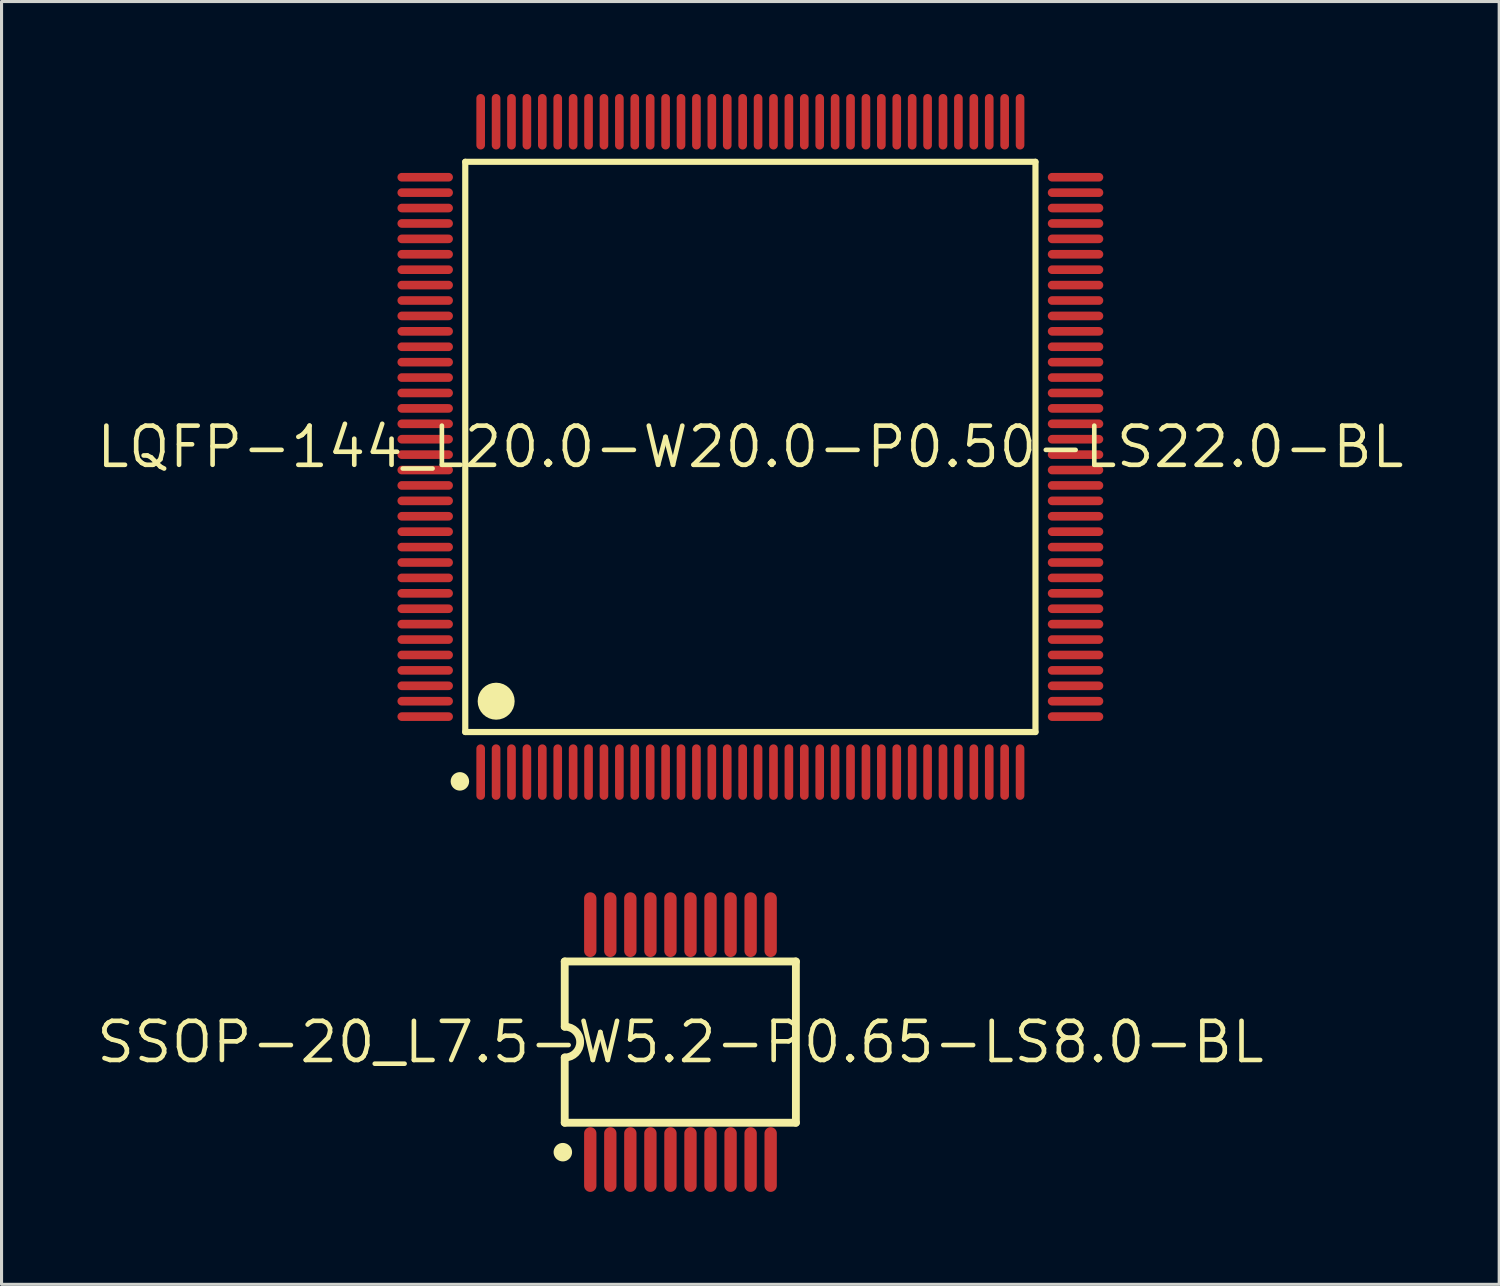
<source format=kicad_pcb>
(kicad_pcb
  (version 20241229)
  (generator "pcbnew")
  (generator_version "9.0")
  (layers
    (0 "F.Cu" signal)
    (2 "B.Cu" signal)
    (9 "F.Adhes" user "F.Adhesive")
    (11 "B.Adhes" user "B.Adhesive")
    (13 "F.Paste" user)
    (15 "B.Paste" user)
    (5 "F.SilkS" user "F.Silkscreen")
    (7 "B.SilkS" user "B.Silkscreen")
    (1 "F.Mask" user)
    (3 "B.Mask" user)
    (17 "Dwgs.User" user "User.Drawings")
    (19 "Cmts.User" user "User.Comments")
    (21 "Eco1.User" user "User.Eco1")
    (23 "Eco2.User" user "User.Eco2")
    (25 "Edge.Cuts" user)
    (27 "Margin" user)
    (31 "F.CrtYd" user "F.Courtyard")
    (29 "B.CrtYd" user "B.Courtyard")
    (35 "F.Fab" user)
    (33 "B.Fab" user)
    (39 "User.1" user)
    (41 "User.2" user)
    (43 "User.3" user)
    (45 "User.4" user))
  (footprint "SSOP-20_L7.5-W5.2-P0.65-LS8.0-BL"
    (layer "F.Cu")
    (at 19.027 30.76)
    (property "Reference" "SSOP-20_L7.5-W5.2-P0.65-LS8.0-BL" (at 0 0 0) (layer "F.SilkS") (effects (font (size 1.27 1.27) (thickness 0.15))))
    (attr smd)
    (fp_line (start -3.755 -2.616) (end 3.745 -2.616) (stroke (width 0.254) (type solid)) (layer "F.SilkS"))
    (fp_line (start -3.755 -0.5) (end -3.755 -2.616) (stroke (width 0.254) (type solid)) (layer "F.SilkS"))
    (fp_line (start -3.755 2.616) (end -3.755 0.5) (stroke (width 0.254) (type solid)) (layer "F.SilkS"))
    (fp_line (start 3.745 -2.616) (end 3.745 2.616) (stroke (width 0.254) (type solid)) (layer "F.SilkS"))
    (fp_line (start 3.745 2.616) (end -3.755 2.616) (stroke (width 0.254) (type solid)) (layer "F.SilkS"))
    (fp_arc (start -3.927 3.673) (mid -3.709961 3.465804) (end -3.916836 3.683149) (stroke (width 0.3) (type solid)) (layer "F.SilkS"))
    (fp_arc (start -3.754 -0.5) (mid -3.254 0) (end -3.754 0.5) (stroke (width 0.254) (type solid)) (layer "F.SilkS"))
    (pad "1" smd oval (at -2.926 3.81 180) (size 0.4 2.1) (layers "F.Cu" "F.Mask" "F.Paste"))
    (pad "2" smd oval (at -2.276 3.81 180) (size 0.4 2.1) (layers "F.Cu" "F.Mask" "F.Paste"))
    (pad "3" smd oval (at -1.626 3.81 180) (size 0.4 2.1) (layers "F.Cu" "F.Mask" "F.Paste"))
    (pad "4" smd oval (at -0.975 3.81 180) (size 0.4 2.1) (layers "F.Cu" "F.Mask" "F.Paste"))
    (pad "5" smd oval (at -0.325 3.81 180) (size 0.4 2.1) (layers "F.Cu" "F.Mask" "F.Paste"))
    (pad "6" smd oval (at 0.325 3.81 180) (size 0.4 2.1) (layers "F.Cu" "F.Mask" "F.Paste"))
    (pad "7" smd oval (at 0.975 3.81 180) (size 0.4 2.1) (layers "F.Cu" "F.Mask" "F.Paste"))
    (pad "8" smd oval (at 1.626 3.81 180) (size 0.4 2.1) (layers "F.Cu" "F.Mask" "F.Paste"))
    (pad "9" smd oval (at 2.276 3.81 180) (size 0.4 2.1) (layers "F.Cu" "F.Mask" "F.Paste"))
    (pad "10" smd oval (at 2.926 3.81 180) (size 0.4 2.1) (layers "F.Cu" "F.Mask" "F.Paste"))
    (pad "11" smd oval (at 2.926 -3.81 180) (size 0.4 2.1) (layers "F.Cu" "F.Mask" "F.Paste"))
    (pad "12" smd oval (at 2.276 -3.81 180) (size 0.4 2.1) (layers "F.Cu" "F.Mask" "F.Paste"))
    (pad "13" smd oval (at 1.626 -3.81 180) (size 0.4 2.1) (layers "F.Cu" "F.Mask" "F.Paste"))
    (pad "14" smd oval (at 0.975 -3.81 180) (size 0.4 2.1) (layers "F.Cu" "F.Mask" "F.Paste"))
    (pad "15" smd oval (at 0.325 -3.81 180) (size 0.4 2.1) (layers "F.Cu" "F.Mask" "F.Paste"))
    (pad "16" smd oval (at -0.325 -3.81 180) (size 0.4 2.1) (layers "F.Cu" "F.Mask" "F.Paste"))
    (pad "17" smd oval (at -0.975 -3.81 180) (size 0.4 2.1) (layers "F.Cu" "F.Mask" "F.Paste"))
    (pad "18" smd oval (at -1.626 -3.81 180) (size 0.4 2.1) (layers "F.Cu" "F.Mask" "F.Paste"))
    (pad "19" smd oval (at -2.276 -3.81 180) (size 0.4 2.1) (layers "F.Cu" "F.Mask" "F.Paste"))
    (pad "20" smd oval (at -2.926 -3.81 180) (size 0.4 2.1) (layers "F.Cu" "F.Mask" "F.Paste")))
  (footprint "LQFP-144_L20.0-W20.0-P0.50-LS22.0-BL"
    (layer "F.Cu")
    (at 21.295 11.45)
    (property "Reference" "LQFP-144_L20.0-W20.0-P0.50-LS22.0-BL" (at 0 0 0) (layer "F.SilkS") (effects (font (size 1.27 1.27) (thickness 0.15))))
    (attr smd)
    (fp_line (start -9.25 -9.25) (end 9.25 -9.25) (stroke (width 0.2) (type solid)) (layer "F.SilkS"))
    (fp_line (start -9.25 9.25) (end -9.25 -9.25) (stroke (width 0.2) (type solid)) (layer "F.SilkS"))
    (fp_line (start 9.25 -9.25) (end 9.25 9.25) (stroke (width 0.2) (type solid)) (layer "F.SilkS"))
    (fp_line (start 9.25 9.25) (end -9.25 9.25) (stroke (width 0.2) (type solid)) (layer "F.SilkS"))
    (fp_arc (start -9.423 10.701) (mid -9.42573 11.001012) (end -9.42554 10.700988) (stroke (width 0.3) (type solid)) (layer "F.SilkS"))
    (fp_arc (start -8.245 7.95) (mid -8.24646 8.550006) (end -8.250079 7.950009) (stroke (width 0.6) (type solid)) (layer "F.SilkS"))
    (pad "1" smd oval (at -8.75 10.55 180) (size 0.28 1.8) (layers "F.Cu" "F.Mask" "F.Paste"))
    (pad "2" smd oval (at -8.25 10.55 180) (size 0.28 1.8) (layers "F.Cu" "F.Mask" "F.Paste"))
    (pad "3" smd oval (at -7.75 10.55 180) (size 0.28 1.8) (layers "F.Cu" "F.Mask" "F.Paste"))
    (pad "4" smd oval (at -7.25 10.55 180) (size 0.28 1.8) (layers "F.Cu" "F.Mask" "F.Paste"))
    (pad "5" smd oval (at -6.75 10.55 180) (size 0.28 1.8) (layers "F.Cu" "F.Mask" "F.Paste"))
    (pad "6" smd oval (at -6.25 10.55 180) (size 0.28 1.8) (layers "F.Cu" "F.Mask" "F.Paste"))
    (pad "7" smd oval (at -5.75 10.55 180) (size 0.28 1.8) (layers "F.Cu" "F.Mask" "F.Paste"))
    (pad "8" smd oval (at -5.25 10.55 180) (size 0.28 1.8) (layers "F.Cu" "F.Mask" "F.Paste"))
    (pad "9" smd oval (at -4.75 10.55 180) (size 0.28 1.8) (layers "F.Cu" "F.Mask" "F.Paste"))
    (pad "10" smd oval (at -4.25 10.55 180) (size 0.28 1.8) (layers "F.Cu" "F.Mask" "F.Paste"))
    (pad "11" smd oval (at -3.75 10.55 180) (size 0.28 1.8) (layers "F.Cu" "F.Mask" "F.Paste"))
    (pad "12" smd oval (at -3.25 10.55 180) (size 0.28 1.8) (layers "F.Cu" "F.Mask" "F.Paste"))
    (pad "13" smd oval (at -2.75 10.55 180) (size 0.28 1.8) (layers "F.Cu" "F.Mask" "F.Paste"))
    (pad "14" smd oval (at -2.25 10.55 180) (size 0.28 1.8) (layers "F.Cu" "F.Mask" "F.Paste"))
    (pad "15" smd oval (at -1.75 10.55 180) (size 0.28 1.8) (layers "F.Cu" "F.Mask" "F.Paste"))
    (pad "16" smd oval (at -1.25 10.55 180) (size 0.28 1.8) (layers "F.Cu" "F.Mask" "F.Paste"))
    (pad "17" smd oval (at -0.75 10.55 180) (size 0.28 1.8) (layers "F.Cu" "F.Mask" "F.Paste"))
    (pad "18" smd oval (at -0.25 10.55 180) (size 0.28 1.8) (layers "F.Cu" "F.Mask" "F.Paste"))
    (pad "19" smd oval (at 0.25 10.55 180) (size 0.28 1.8) (layers "F.Cu" "F.Mask" "F.Paste"))
    (pad "20" smd oval (at 0.75 10.55 180) (size 0.28 1.8) (layers "F.Cu" "F.Mask" "F.Paste"))
    (pad "21" smd oval (at 1.25 10.55 180) (size 0.28 1.8) (layers "F.Cu" "F.Mask" "F.Paste"))
    (pad "22" smd oval (at 1.75 10.55 180) (size 0.28 1.8) (layers "F.Cu" "F.Mask" "F.Paste"))
    (pad "23" smd oval (at 2.25 10.55 180) (size 0.28 1.8) (layers "F.Cu" "F.Mask" "F.Paste"))
    (pad "24" smd oval (at 2.75 10.55 180) (size 0.28 1.8) (layers "F.Cu" "F.Mask" "F.Paste"))
    (pad "25" smd oval (at 3.25 10.55 180) (size 0.28 1.8) (layers "F.Cu" "F.Mask" "F.Paste"))
    (pad "26" smd oval (at 3.75 10.55 180) (size 0.28 1.8) (layers "F.Cu" "F.Mask" "F.Paste"))
    (pad "27" smd oval (at 4.25 10.55 180) (size 0.28 1.8) (layers "F.Cu" "F.Mask" "F.Paste"))
    (pad "28" smd oval (at 4.75 10.55 180) (size 0.28 1.8) (layers "F.Cu" "F.Mask" "F.Paste"))
    (pad "29" smd oval (at 5.25 10.55 180) (size 0.28 1.8) (layers "F.Cu" "F.Mask" "F.Paste"))
    (pad "30" smd oval (at 5.75 10.55 180) (size 0.28 1.8) (layers "F.Cu" "F.Mask" "F.Paste"))
    (pad "31" smd oval (at 6.25 10.55 180) (size 0.28 1.8) (layers "F.Cu" "F.Mask" "F.Paste"))
    (pad "32" smd oval (at 6.75 10.55 180) (size 0.28 1.8) (layers "F.Cu" "F.Mask" "F.Paste"))
    (pad "33" smd oval (at 7.25 10.55 180) (size 0.28 1.8) (layers "F.Cu" "F.Mask" "F.Paste"))
    (pad "34" smd oval (at 7.75 10.55 180) (size 0.28 1.8) (layers "F.Cu" "F.Mask" "F.Paste"))
    (pad "35" smd oval (at 8.25 10.55 180) (size 0.28 1.8) (layers "F.Cu" "F.Mask" "F.Paste"))
    (pad "36" smd oval (at 8.75 10.55 180) (size 0.28 1.8) (layers "F.Cu" "F.Mask" "F.Paste"))
    (pad "37" smd oval (at 10.55 8.75 90) (size 0.28 1.8) (layers "F.Cu" "F.Mask" "F.Paste"))
    (pad "38" smd oval (at 10.55 8.25 90) (size 0.28 1.8) (layers "F.Cu" "F.Mask" "F.Paste"))
    (pad "39" smd oval (at 10.55 7.75 90) (size 0.28 1.8) (layers "F.Cu" "F.Mask" "F.Paste"))
    (pad "40" smd oval (at 10.55 7.25 90) (size 0.28 1.8) (layers "F.Cu" "F.Mask" "F.Paste"))
    (pad "41" smd oval (at 10.55 6.75 90) (size 0.28 1.8) (layers "F.Cu" "F.Mask" "F.Paste"))
    (pad "42" smd oval (at 10.55 6.25 90) (size 0.28 1.8) (layers "F.Cu" "F.Mask" "F.Paste"))
    (pad "43" smd oval (at 10.55 5.75 90) (size 0.28 1.8) (layers "F.Cu" "F.Mask" "F.Paste"))
    (pad "44" smd oval (at 10.55 5.25 90) (size 0.28 1.8) (layers "F.Cu" "F.Mask" "F.Paste"))
    (pad "45" smd oval (at 10.55 4.75 90) (size 0.28 1.8) (layers "F.Cu" "F.Mask" "F.Paste"))
    (pad "46" smd oval (at 10.55 4.25 90) (size 0.28 1.8) (layers "F.Cu" "F.Mask" "F.Paste"))
    (pad "47" smd oval (at 10.55 3.75 90) (size 0.28 1.8) (layers "F.Cu" "F.Mask" "F.Paste"))
    (pad "48" smd oval (at 10.55 3.25 90) (size 0.28 1.8) (layers "F.Cu" "F.Mask" "F.Paste"))
    (pad "49" smd oval (at 10.55 2.75 90) (size 0.28 1.8) (layers "F.Cu" "F.Mask" "F.Paste"))
    (pad "50" smd oval (at 10.55 2.25 90) (size 0.28 1.8) (layers "F.Cu" "F.Mask" "F.Paste"))
    (pad "51" smd oval (at 10.55 1.75 90) (size 0.28 1.8) (layers "F.Cu" "F.Mask" "F.Paste"))
    (pad "52" smd oval (at 10.55 1.25 90) (size 0.28 1.8) (layers "F.Cu" "F.Mask" "F.Paste"))
    (pad "53" smd oval (at 10.55 0.75 90) (size 0.28 1.8) (layers "F.Cu" "F.Mask" "F.Paste"))
    (pad "54" smd oval (at 10.55 0.25 90) (size 0.28 1.8) (layers "F.Cu" "F.Mask" "F.Paste"))
    (pad "55" smd oval (at 10.55 -0.25 90) (size 0.28 1.8) (layers "F.Cu" "F.Mask" "F.Paste"))
    (pad "56" smd oval (at 10.55 -0.75 90) (size 0.28 1.8) (layers "F.Cu" "F.Mask" "F.Paste"))
    (pad "57" smd oval (at 10.55 -1.25 90) (size 0.28 1.8) (layers "F.Cu" "F.Mask" "F.Paste"))
    (pad "58" smd oval (at 10.55 -1.75 90) (size 0.28 1.8) (layers "F.Cu" "F.Mask" "F.Paste"))
    (pad "59" smd oval (at 10.55 -2.25 90) (size 0.28 1.8) (layers "F.Cu" "F.Mask" "F.Paste"))
    (pad "60" smd oval (at 10.55 -2.75 90) (size 0.28 1.8) (layers "F.Cu" "F.Mask" "F.Paste"))
    (pad "61" smd oval (at 10.55 -3.25 90) (size 0.28 1.8) (layers "F.Cu" "F.Mask" "F.Paste"))
    (pad "62" smd oval (at 10.55 -3.75 90) (size 0.28 1.8) (layers "F.Cu" "F.Mask" "F.Paste"))
    (pad "63" smd oval (at 10.55 -4.25 90) (size 0.28 1.8) (layers "F.Cu" "F.Mask" "F.Paste"))
    (pad "64" smd oval (at 10.55 -4.75 90) (size 0.28 1.8) (layers "F.Cu" "F.Mask" "F.Paste"))
    (pad "65" smd oval (at 10.55 -5.25 90) (size 0.28 1.8) (layers "F.Cu" "F.Mask" "F.Paste"))
    (pad "66" smd oval (at 10.55 -5.75 90) (size 0.28 1.8) (layers "F.Cu" "F.Mask" "F.Paste"))
    (pad "67" smd oval (at 10.55 -6.25 90) (size 0.28 1.8) (layers "F.Cu" "F.Mask" "F.Paste"))
    (pad "68" smd oval (at 10.55 -6.75 90) (size 0.28 1.8) (layers "F.Cu" "F.Mask" "F.Paste"))
    (pad "69" smd oval (at 10.55 -7.25 90) (size 0.28 1.8) (layers "F.Cu" "F.Mask" "F.Paste"))
    (pad "70" smd oval (at 10.55 -7.75 90) (size 0.28 1.8) (layers "F.Cu" "F.Mask" "F.Paste"))
    (pad "71" smd oval (at 10.55 -8.25 90) (size 0.28 1.8) (layers "F.Cu" "F.Mask" "F.Paste"))
    (pad "72" smd oval (at 10.55 -8.75 90) (size 0.28 1.8) (layers "F.Cu" "F.Mask" "F.Paste"))
    (pad "73" smd oval (at 8.75 -10.55 180) (size 0.28 1.8) (layers "F.Cu" "F.Mask" "F.Paste"))
    (pad "74" smd oval (at 8.25 -10.55 180) (size 0.28 1.8) (layers "F.Cu" "F.Mask" "F.Paste"))
    (pad "75" smd oval (at 7.75 -10.55 180) (size 0.28 1.8) (layers "F.Cu" "F.Mask" "F.Paste"))
    (pad "76" smd oval (at 7.25 -10.55 180) (size 0.28 1.8) (layers "F.Cu" "F.Mask" "F.Paste"))
    (pad "77" smd oval (at 6.75 -10.55 180) (size 0.28 1.8) (layers "F.Cu" "F.Mask" "F.Paste"))
    (pad "78" smd oval (at 6.25 -10.55 180) (size 0.28 1.8) (layers "F.Cu" "F.Mask" "F.Paste"))
    (pad "79" smd oval (at 5.75 -10.55 180) (size 0.28 1.8) (layers "F.Cu" "F.Mask" "F.Paste"))
    (pad "80" smd oval (at 5.25 -10.55 180) (size 0.28 1.8) (layers "F.Cu" "F.Mask" "F.Paste"))
    (pad "81" smd oval (at 4.75 -10.55 180) (size 0.28 1.8) (layers "F.Cu" "F.Mask" "F.Paste"))
    (pad "82" smd oval (at 4.25 -10.55 180) (size 0.28 1.8) (layers "F.Cu" "F.Mask" "F.Paste"))
    (pad "83" smd oval (at 3.75 -10.55 180) (size 0.28 1.8) (layers "F.Cu" "F.Mask" "F.Paste"))
    (pad "84" smd oval (at 3.25 -10.55 180) (size 0.28 1.8) (layers "F.Cu" "F.Mask" "F.Paste"))
    (pad "85" smd oval (at 2.75 -10.55 180) (size 0.28 1.8) (layers "F.Cu" "F.Mask" "F.Paste"))
    (pad "86" smd oval (at 2.25 -10.55 180) (size 0.28 1.8) (layers "F.Cu" "F.Mask" "F.Paste"))
    (pad "87" smd oval (at 1.75 -10.55 180) (size 0.28 1.8) (layers "F.Cu" "F.Mask" "F.Paste"))
    (pad "88" smd oval (at 1.25 -10.55 180) (size 0.28 1.8) (layers "F.Cu" "F.Mask" "F.Paste"))
    (pad "89" smd oval (at 0.75 -10.55 180) (size 0.28 1.8) (layers "F.Cu" "F.Mask" "F.Paste"))
    (pad "90" smd oval (at 0.25 -10.55 180) (size 0.28 1.8) (layers "F.Cu" "F.Mask" "F.Paste"))
    (pad "91" smd oval (at -0.25 -10.55 180) (size 0.28 1.8) (layers "F.Cu" "F.Mask" "F.Paste"))
    (pad "92" smd oval (at -0.75 -10.55 180) (size 0.28 1.8) (layers "F.Cu" "F.Mask" "F.Paste"))
    (pad "93" smd oval (at -1.25 -10.55 180) (size 0.28 1.8) (layers "F.Cu" "F.Mask" "F.Paste"))
    (pad "94" smd oval (at -1.75 -10.55 180) (size 0.28 1.8) (layers "F.Cu" "F.Mask" "F.Paste"))
    (pad "95" smd oval (at -2.25 -10.55 180) (size 0.28 1.8) (layers "F.Cu" "F.Mask" "F.Paste"))
    (pad "96" smd oval (at -2.75 -10.55 180) (size 0.28 1.8) (layers "F.Cu" "F.Mask" "F.Paste"))
    (pad "97" smd oval (at -3.25 -10.55 180) (size 0.28 1.8) (layers "F.Cu" "F.Mask" "F.Paste"))
    (pad "98" smd oval (at -3.75 -10.55 180) (size 0.28 1.8) (layers "F.Cu" "F.Mask" "F.Paste"))
    (pad "99" smd oval (at -4.25 -10.55 180) (size 0.28 1.8) (layers "F.Cu" "F.Mask" "F.Paste"))
    (pad "100" smd oval (at -4.75 -10.55 180) (size 0.28 1.8) (layers "F.Cu" "F.Mask" "F.Paste"))
    (pad "101" smd oval (at -5.25 -10.55 180) (size 0.28 1.8) (layers "F.Cu" "F.Mask" "F.Paste"))
    (pad "102" smd oval (at -5.75 -10.55 180) (size 0.28 1.8) (layers "F.Cu" "F.Mask" "F.Paste"))
    (pad "103" smd oval (at -6.25 -10.55 180) (size 0.28 1.8) (layers "F.Cu" "F.Mask" "F.Paste"))
    (pad "104" smd oval (at -6.75 -10.55 180) (size 0.28 1.8) (layers "F.Cu" "F.Mask" "F.Paste"))
    (pad "105" smd oval (at -7.25 -10.55 180) (size 0.28 1.8) (layers "F.Cu" "F.Mask" "F.Paste"))
    (pad "106" smd oval (at -7.75 -10.55 180) (size 0.28 1.8) (layers "F.Cu" "F.Mask" "F.Paste"))
    (pad "107" smd oval (at -8.25 -10.55 180) (size 0.28 1.8) (layers "F.Cu" "F.Mask" "F.Paste"))
    (pad "108" smd oval (at -8.75 -10.55 180) (size 0.28 1.8) (layers "F.Cu" "F.Mask" "F.Paste"))
    (pad "109" smd oval (at -10.55 -8.75 90) (size 0.28 1.8) (layers "F.Cu" "F.Mask" "F.Paste"))
    (pad "110" smd oval (at -10.55 -8.25 90) (size 0.28 1.8) (layers "F.Cu" "F.Mask" "F.Paste"))
    (pad "111" smd oval (at -10.55 -7.75 90) (size 0.28 1.8) (layers "F.Cu" "F.Mask" "F.Paste"))
    (pad "112" smd oval (at -10.55 -7.25 90) (size 0.28 1.8) (layers "F.Cu" "F.Mask" "F.Paste"))
    (pad "113" smd oval (at -10.55 -6.75 90) (size 0.28 1.8) (layers "F.Cu" "F.Mask" "F.Paste"))
    (pad "114" smd oval (at -10.55 -6.25 90) (size 0.28 1.8) (layers "F.Cu" "F.Mask" "F.Paste"))
    (pad "115" smd oval (at -10.55 -5.75 90) (size 0.28 1.8) (layers "F.Cu" "F.Mask" "F.Paste"))
    (pad "116" smd oval (at -10.55 -5.25 90) (size 0.28 1.8) (layers "F.Cu" "F.Mask" "F.Paste"))
    (pad "117" smd oval (at -10.55 -4.75 90) (size 0.28 1.8) (layers "F.Cu" "F.Mask" "F.Paste"))
    (pad "118" smd oval (at -10.55 -4.25 90) (size 0.28 1.8) (layers "F.Cu" "F.Mask" "F.Paste"))
    (pad "119" smd oval (at -10.55 -3.75 90) (size 0.28 1.8) (layers "F.Cu" "F.Mask" "F.Paste"))
    (pad "120" smd oval (at -10.55 -3.25 90) (size 0.28 1.8) (layers "F.Cu" "F.Mask" "F.Paste"))
    (pad "121" smd oval (at -10.55 -2.75 90) (size 0.28 1.8) (layers "F.Cu" "F.Mask" "F.Paste"))
    (pad "122" smd oval (at -10.55 -2.25 90) (size 0.28 1.8) (layers "F.Cu" "F.Mask" "F.Paste"))
    (pad "123" smd oval (at -10.55 -1.75 90) (size 0.28 1.8) (layers "F.Cu" "F.Mask" "F.Paste"))
    (pad "124" smd oval (at -10.55 -1.25 90) (size 0.28 1.8) (layers "F.Cu" "F.Mask" "F.Paste"))
    (pad "125" smd oval (at -10.55 -0.75 90) (size 0.28 1.8) (layers "F.Cu" "F.Mask" "F.Paste"))
    (pad "126" smd oval (at -10.55 -0.25 90) (size 0.28 1.8) (layers "F.Cu" "F.Mask" "F.Paste"))
    (pad "127" smd oval (at -10.55 0.25 90) (size 0.28 1.8) (layers "F.Cu" "F.Mask" "F.Paste"))
    (pad "128" smd oval (at -10.55 0.75 90) (size 0.28 1.8) (layers "F.Cu" "F.Mask" "F.Paste"))
    (pad "129" smd oval (at -10.55 1.25 90) (size 0.28 1.8) (layers "F.Cu" "F.Mask" "F.Paste"))
    (pad "130" smd oval (at -10.55 1.75 90) (size 0.28 1.8) (layers "F.Cu" "F.Mask" "F.Paste"))
    (pad "131" smd oval (at -10.55 2.25 90) (size 0.28 1.8) (layers "F.Cu" "F.Mask" "F.Paste"))
    (pad "132" smd oval (at -10.55 2.75 90) (size 0.28 1.8) (layers "F.Cu" "F.Mask" "F.Paste"))
    (pad "133" smd oval (at -10.55 3.25 90) (size 0.28 1.8) (layers "F.Cu" "F.Mask" "F.Paste"))
    (pad "134" smd oval (at -10.55 3.75 90) (size 0.28 1.8) (layers "F.Cu" "F.Mask" "F.Paste"))
    (pad "135" smd oval (at -10.55 4.25 90) (size 0.28 1.8) (layers "F.Cu" "F.Mask" "F.Paste"))
    (pad "136" smd oval (at -10.55 4.75 90) (size 0.28 1.8) (layers "F.Cu" "F.Mask" "F.Paste"))
    (pad "137" smd oval (at -10.55 5.25 90) (size 0.28 1.8) (layers "F.Cu" "F.Mask" "F.Paste"))
    (pad "138" smd oval (at -10.55 5.75 90) (size 0.28 1.8) (layers "F.Cu" "F.Mask" "F.Paste"))
    (pad "139" smd oval (at -10.55 6.25 90) (size 0.28 1.8) (layers "F.Cu" "F.Mask" "F.Paste"))
    (pad "140" smd oval (at -10.55 6.75 90) (size 0.28 1.8) (layers "F.Cu" "F.Mask" "F.Paste"))
    (pad "141" smd oval (at -10.55 7.25 90) (size 0.28 1.8) (layers "F.Cu" "F.Mask" "F.Paste"))
    (pad "142" smd oval (at -10.55 7.75 90) (size 0.28 1.8) (layers "F.Cu" "F.Mask" "F.Paste"))
    (pad "143" smd oval (at -10.55 8.25 90) (size 0.28 1.8) (layers "F.Cu" "F.Mask" "F.Paste"))
    (pad "144" smd oval (at -10.55 8.75 90) (size 0.28 1.8) (layers "F.Cu" "F.Mask" "F.Paste")))
  (gr_rect
    (start -3 -3)
    (end 45.59 38.62)
    (stroke (width 0.1) (type default))
    (fill no)
    (layer "Edge.Cuts")))
</source>
